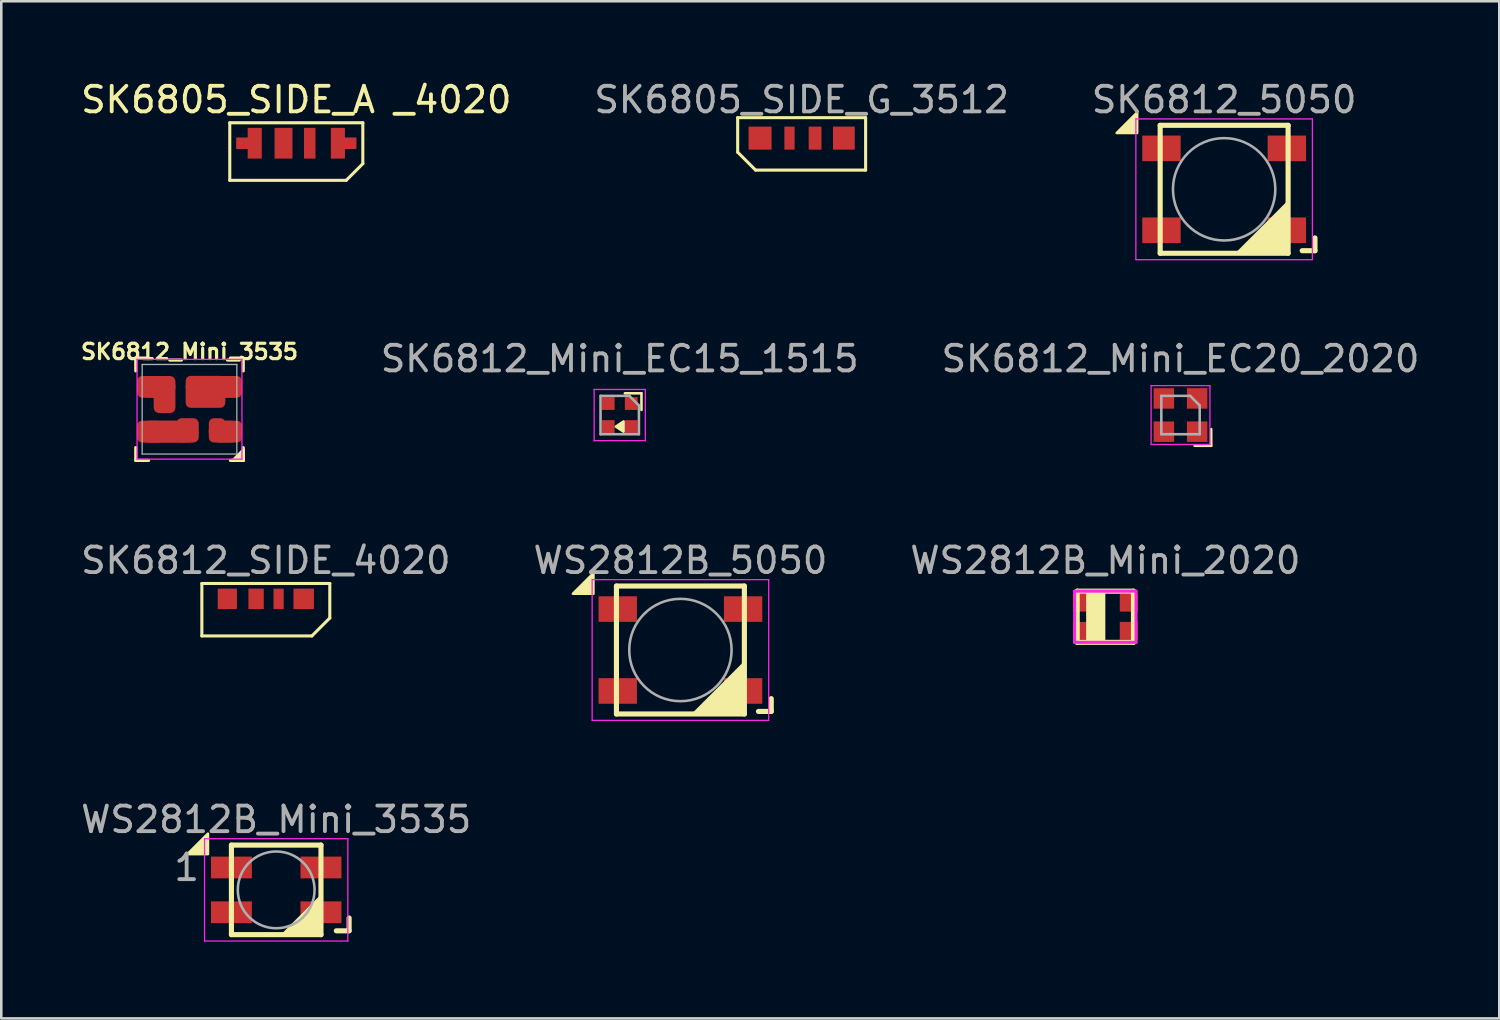
<source format=kicad_pcb>
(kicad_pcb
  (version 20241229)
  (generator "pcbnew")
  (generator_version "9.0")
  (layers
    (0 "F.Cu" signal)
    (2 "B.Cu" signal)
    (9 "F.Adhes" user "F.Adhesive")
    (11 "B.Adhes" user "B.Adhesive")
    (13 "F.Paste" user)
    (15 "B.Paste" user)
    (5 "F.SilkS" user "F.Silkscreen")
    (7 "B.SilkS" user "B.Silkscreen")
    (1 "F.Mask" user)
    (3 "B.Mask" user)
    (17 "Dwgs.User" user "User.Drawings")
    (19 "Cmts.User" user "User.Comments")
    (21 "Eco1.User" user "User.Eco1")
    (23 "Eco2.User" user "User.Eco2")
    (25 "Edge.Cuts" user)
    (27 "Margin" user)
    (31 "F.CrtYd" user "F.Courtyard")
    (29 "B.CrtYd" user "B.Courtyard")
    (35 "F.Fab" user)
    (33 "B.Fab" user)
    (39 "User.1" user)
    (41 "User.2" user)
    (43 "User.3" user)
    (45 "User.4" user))
  (footprint "SK6812_SIDE_4020"
    (layer "F.Cu")
    (at 7.339 20.354)
    (property "Reference" "SK6812_SIDE_4020" (at 0 -1.5 0) (layer "F.Fab") (effects (font (size 1 1) (thickness 0.15))))
    (attr through_hole)
    (fp_line (start -2.5 -0.6) (end -2.5 1.45) (stroke (width 0.12) (type solid)) (layer "F.SilkS"))
    (fp_line (start -2.5 1.45) (end 1.8 1.45) (stroke (width 0.12) (type solid)) (layer "F.SilkS"))
    (fp_line (start 2.5 -0.6) (end -2.5 -0.6) (stroke (width 0.12) (type solid)) (layer "F.SilkS"))
    (fp_line (start 2.5 0.75) (end 1.8 1.45) (stroke (width 0.12) (type solid)) (layer "F.SilkS"))
    (fp_line (start 2.5 0.75) (end 2.5 -0.6) (stroke (width 0.12) (type solid)) (layer "F.SilkS"))
    (pad "1" smd rect (at -1.505 0) (size 0.75 0.8) (layers "F.Cu" "F.Mask" "F.Paste"))
    (pad "2" smd rect (at -0.38 0) (size 0.6 0.8) (layers "F.Cu" "F.Mask" "F.Paste"))
    (pad "3" smd rect (at 0.5 0) (size 0.4 0.8) (layers "F.Cu" "F.Mask" "F.Paste"))
    (pad "4" smd rect (at 1.48 0) (size 0.8 0.8) (layers "F.Cu" "F.Mask" "F.Paste")))
  (footprint "SK6812_Mini_3535"
    (layer "F.Cu")
    (at 4.356 12.944)
    (property "Reference" "SK6812_Mini_3535" (at 0 -2.25 0) (layer "F.SilkS") (effects (font (size 0.6 0.6) (thickness 0.125))))
    (attr smd)
    (fp_line (start -2.1 -2) (end -2.1 -1.5) (stroke (width 0.125) (type solid)) (layer "F.SilkS"))
    (fp_line (start -2.1 -2) (end -1.6 -2) (stroke (width 0.125) (type solid)) (layer "F.SilkS"))
    (fp_line (start -2.1 2) (end -2.1 1.5) (stroke (width 0.125) (type solid)) (layer "F.SilkS"))
    (fp_line (start -2.1 2) (end -1.6 2) (stroke (width 0.125) (type solid)) (layer "F.SilkS"))
    (fp_line (start 1.7 2) (end 2.1 1.6) (stroke (width 0.125) (type solid)) (layer "F.SilkS"))
    (fp_line (start 2.1 -2) (end 1.6 -2) (stroke (width 0.125) (type solid)) (layer "F.SilkS"))
    (fp_line (start 2.1 -2) (end 2.1 -1.5) (stroke (width 0.125) (type solid)) (layer "F.SilkS"))
    (fp_line (start 2.1 1.6) (end 2.1 2) (stroke (width 0.125) (type solid)) (layer "F.SilkS"))
    (fp_line (start 2.1 1.7) (end 1.8 2) (stroke (width 0.125) (type solid)) (layer "F.SilkS"))
    (fp_line (start 2.1 1.8) (end 1.9 2) (stroke (width 0.125) (type solid)) (layer "F.SilkS"))
    (fp_line (start 2.1 2) (end 1.6 2) (stroke (width 0.125) (type solid)) (layer "F.SilkS"))
    (fp_line (start 2.1 2) (end 1.7 2) (stroke (width 0.125) (type solid)) (layer "F.SilkS"))
    (fp_line (start 2.1 2) (end 2.1 1.5) (stroke (width 0.125) (type solid)) (layer "F.SilkS"))
    (fp_line (start -2.05 -1.95) (end 2.05 -1.95) (stroke (width 0.05) (type solid)) (layer "F.CrtYd"))
    (fp_line (start -2.05 1.95) (end -2.05 -1.95) (stroke (width 0.05) (type solid)) (layer "F.CrtYd"))
    (fp_line (start 2.05 -1.95) (end 2.05 1.95) (stroke (width 0.05) (type solid)) (layer "F.CrtYd"))
    (fp_line (start 2.05 1.95) (end -2.05 1.95) (stroke (width 0.05) (type solid)) (layer "F.CrtYd"))
    (fp_line (start -1.85 -1.75) (end 1.85 -1.75) (stroke (width 0.05) (type solid)) (layer "F.Fab"))
    (fp_line (start -1.85 1.75) (end -1.85 -1.75) (stroke (width 0.05) (type solid)) (layer "F.Fab"))
    (fp_line (start 1.85 -1.75) (end 1.85 1.75) (stroke (width 0.05) (type solid)) (layer "F.Fab"))
    (fp_line (start 1.85 1.75) (end -1.85 1.75) (stroke (width 0.05) (type solid)) (layer "F.Fab"))
    (pad "1" smd roundrect (at -1.55 -0.875) (size 1 0.85) (layers "F.Cu" "F.Mask") (roundrect_rratio 0.235))
    (pad "1" smd oval (at -1.3 -0.875) (size 1.5 0.85) (layers "F.Cu" "F.Paste"))
    (pad "1" smd roundrect (at -0.975 -0.575) (size 0.85 1.45) (layers "F.Cu" "F.Mask") (roundrect_rratio 0.25))
    (pad "2" smd roundrect (at -1.55 0.875) (size 1 0.85) (layers "F.Cu" "F.Mask") (roundrect_rratio 0.235))
    (pad "2" smd oval (at -0.95 0.875) (size 2.2 0.85) (layers "F.Cu" "F.Paste"))
    (pad "2" smd rect (at -0.75 0.875) (size 1.6 0.85) (layers "F.Cu" "F.Mask"))
    (pad "2" smd roundrect (at -0.075 0.825) (size 0.875 0.95) (layers "F.Cu" "F.Mask") (roundrect_rratio 0.235))
    (pad "3" smd roundrect (at 1.08 0.825) (size 0.65 0.95) (layers "F.Cu" "F.Mask") (roundrect_rratio 0.307))
    (pad "3" smd oval (at 1.4 0.875) (size 1.3 0.85) (layers "F.Cu" "F.Paste"))
    (pad "3" smd roundrect (at 1.55 0.875) (size 1 0.85) (layers "F.Cu" "F.Mask") (roundrect_rratio 0.235))
    (pad "4" smd roundrect (at 0.625 -0.68) (size 1.55 1.25) (layers "F.Cu" "F.Mask") (roundrect_rratio 0.16))
    (pad "4" smd oval (at 0.95 -0.875) (size 2.2 0.85) (layers "F.Cu" "F.Paste"))
    (pad "4" smd roundrect (at 1.55 -0.875) (size 1 0.85) (layers "F.Cu" "F.Mask") (roundrect_rratio 0.235)))
  (footprint "SK6805_SIDE_G_3512"
    (layer "F.Cu")
    (at 28.28 2.348)
    (property "Reference" "SK6805_SIDE_G_3512" (at 0 -1.5 0) (layer "F.Fab") (effects (font (size 1 1) (thickness 0.15))))
    (attr through_hole)
    (fp_line (start -2.5 -0.8) (end 2.5 -0.8) (stroke (width 0.12) (type solid)) (layer "F.SilkS"))
    (fp_line (start -2.5 0.55) (end -2.5 -0.8) (stroke (width 0.12) (type solid)) (layer "F.SilkS"))
    (fp_line (start -2.5 0.55) (end -1.8 1.25) (stroke (width 0.12) (type solid)) (layer "F.SilkS"))
    (fp_line (start 2.5 -0.8) (end 2.5 1.25) (stroke (width 0.12) (type solid)) (layer "F.SilkS"))
    (fp_line (start 2.5 1.25) (end -1.8 1.25) (stroke (width 0.12) (type solid)) (layer "F.SilkS"))
    (pad "1" smd rect (at -1.625 0) (size 0.9 0.9) (layers "F.Cu" "F.Mask" "F.Paste"))
    (pad "2" smd rect (at -0.475 0) (size 0.4 0.9) (layers "F.Cu" "F.Mask" "F.Paste"))
    (pad "3" smd rect (at 0.525 0) (size 0.5 0.9) (layers "F.Cu" "F.Mask" "F.Paste"))
    (pad "4" smd rect (at 1.65 0) (size 0.85 0.9) (layers "F.Cu" "F.Mask" "F.Paste")))
  (footprint "SK6812_5050"
    (layer "F.Cu")
    (at 44.792 4.348)
    (property "Reference" "SK6812_5050" (at 0 -3.5 180) (layer "F.Fab") (effects (font (size 1 1) (thickness 0.15))))
    (attr smd)
    (fp_line (start -2.5 -2.5) (end -2.5 2.5) (stroke (width 0.2) (type solid)) (layer "F.SilkS"))
    (fp_line (start -2.5 2.5) (end 2.5 2.5) (stroke (width 0.2) (type solid)) (layer "F.SilkS"))
    (fp_line (start 2.5 -2.5) (end -2.5 -2.5) (stroke (width 0.2) (type solid)) (layer "F.SilkS"))
    (fp_line (start 2.5 2.5) (end 2.5 -2.5) (stroke (width 0.2) (type solid)) (layer "F.SilkS"))
    (fp_line (start 3.55 2.4) (end 3.05 2.4) (stroke (width 0.2) (type solid)) (layer "F.SilkS"))
    (fp_line (start 3.55 2.4) (end 3.55 1.9) (stroke (width 0.2) (type solid)) (layer "F.SilkS"))
    (fp_poly (pts (xy -4.2 -2.2) (xy -3.4 -2.2) (xy -3.4 -3)) (stroke (width 0.1) (type solid)) (fill yes) (layer "F.SilkS"))
    (fp_poly (pts (xy 0.5 2.5) (xy 2.5 0.5) (xy 2.5 2.5)) (stroke (width 0.1) (type solid)) (fill yes) (layer "F.SilkS"))
    (fp_line (start -3.45 -2.75) (end -3.45 2.75) (stroke (width 0.05) (type solid)) (layer "F.CrtYd"))
    (fp_line (start -3.45 2.75) (end 3.45 2.75) (stroke (width 0.05) (type solid)) (layer "F.CrtYd"))
    (fp_line (start 3.45 -2.75) (end -3.45 -2.75) (stroke (width 0.05) (type solid)) (layer "F.CrtYd"))
    (fp_line (start 3.45 2.75) (end 3.45 -2.75) (stroke (width 0.05) (type solid)) (layer "F.CrtYd"))
    (fp_circle (center 0 0) (end 0 -2) (stroke (width 0.1) (type solid)) (fill no) (layer "F.Fab"))
    (pad "1" smd rect (at 2.45 1.6) (size 1.5 1) (layers "F.Cu" "F.Mask" "F.Paste"))
    (pad "2" smd rect (at 2.45 -1.6) (size 1.5 1) (layers "F.Cu" "F.Mask" "F.Paste"))
    (pad "3" smd rect (at -2.45 -1.6) (size 1.5 1) (layers "F.Cu" "F.Mask" "F.Paste"))
    (pad "4" smd rect (at -2.45 1.6) (size 1.5 1) (layers "F.Cu" "F.Mask" "F.Paste")))
  (footprint "SK6805_SIDE_A _4020"
    (layer "F.Cu")
    (at 8.53 2.548)
    (property "Reference" "SK6805_SIDE_A _4020" (at 0 -1.7 0) (layer "F.SilkS") (effects (font (size 1 1) (thickness 0.15))))
    (attr through_hole)
    (fp_line (start -2.6 -0.8) (end -2.6 1.45) (stroke (width 0.12) (type solid)) (layer "F.SilkS"))
    (fp_line (start -2.6 -0.8) (end 2.6 -0.8) (stroke (width 0.12) (type solid)) (layer "F.SilkS"))
    (fp_line (start 1.95 1.45) (end -2.6 1.45) (stroke (width 0.12) (type solid)) (layer "F.SilkS"))
    (fp_line (start 2.6 -0.8) (end 2.6 0.8) (stroke (width 0.12) (type solid)) (layer "F.SilkS"))
    (fp_line (start 2.6 0.8) (end 1.95 1.45) (stroke (width 0.12) (type solid)) (layer "F.SilkS"))
    (pad "1" smd rect (at -2.025 0 180) (size 0.65 0.45) (layers "F.Cu" "F.Mask" "F.Paste"))
    (pad "1" smd rect (at -1.625 0) (size 0.55 1.2) (layers "F.Cu" "F.Mask" "F.Paste"))
    (pad "2" smd rect (at -0.5 0 180) (size 0.7 1.2) (layers "F.Cu" "F.Mask" "F.Paste"))
    (pad "3" smd rect (at 0.525 0 180) (size 0.45 1.2) (layers "F.Cu" "F.Mask" "F.Paste"))
    (pad "4" smd rect (at 1.625 0 180) (size 0.55 1.2) (layers "F.Cu" "F.Mask" "F.Paste"))
    (pad "4" smd rect (at 2.025 0) (size 0.65 0.45) (layers "F.Cu" "F.Mask" "F.Paste")))
  (footprint "WS2812B_5050"
    (layer "F.Cu")
    (at 23.542 22.354)
    (property "Reference" "WS2812B_5050" (at 0 -3.5 180) (layer "F.Fab") (effects (font (size 1 1) (thickness 0.15))))
    (attr smd)
    (fp_line (start -2.5 -2.5) (end -2.5 2.5) (stroke (width 0.2) (type solid)) (layer "F.SilkS"))
    (fp_line (start -2.5 2.5) (end 2.5 2.5) (stroke (width 0.2) (type solid)) (layer "F.SilkS"))
    (fp_line (start 2.5 -2.5) (end -2.5 -2.5) (stroke (width 0.2) (type solid)) (layer "F.SilkS"))
    (fp_line (start 2.5 2.5) (end 2.5 -2.5) (stroke (width 0.2) (type solid)) (layer "F.SilkS"))
    (fp_line (start 3.55 2.4) (end 3.05 2.4) (stroke (width 0.2) (type solid)) (layer "F.SilkS"))
    (fp_line (start 3.55 2.4) (end 3.55 1.9) (stroke (width 0.2) (type solid)) (layer "F.SilkS"))
    (fp_poly (pts (xy -4.2 -2.2) (xy -3.4 -2.2) (xy -3.4 -3)) (stroke (width 0.1) (type solid)) (fill yes) (layer "F.SilkS"))
    (fp_poly (pts (xy 0.5 2.5) (xy 2.5 0.5) (xy 2.5 2.5)) (stroke (width 0.1) (type solid)) (fill yes) (layer "F.SilkS"))
    (fp_line (start -3.45 -2.75) (end -3.45 2.75) (stroke (width 0.05) (type solid)) (layer "F.CrtYd"))
    (fp_line (start -3.45 2.75) (end 3.45 2.75) (stroke (width 0.05) (type solid)) (layer "F.CrtYd"))
    (fp_line (start 3.45 -2.75) (end -3.45 -2.75) (stroke (width 0.05) (type solid)) (layer "F.CrtYd"))
    (fp_line (start 3.45 2.75) (end 3.45 -2.75) (stroke (width 0.05) (type solid)) (layer "F.CrtYd"))
    (fp_circle (center 0 0) (end 0 -2) (stroke (width 0.1) (type solid)) (fill no) (layer "F.Fab"))
    (pad "1" smd rect (at -2.45 -1.6) (size 1.5 1) (layers "F.Cu" "F.Mask" "F.Paste"))
    (pad "2" smd rect (at -2.45 1.6) (size 1.5 1) (layers "F.Cu" "F.Mask" "F.Paste"))
    (pad "3" smd rect (at 2.45 1.6) (size 1.5 1) (layers "F.Cu" "F.Mask" "F.Paste"))
    (pad "4" smd rect (at 2.45 -1.6) (size 1.5 1) (layers "F.Cu" "F.Mask" "F.Paste")))
  (footprint "WS2812B_Mini_3535"
    (layer "F.Cu")
    (at 7.744 31.728)
    (property "Reference" "WS2812B_Mini_3535" (at 0 -2.75 0) (layer "F.Fab") (effects (font (size 1 1) (thickness 0.15))))
    (attr smd)
    (fp_line (start -1.75 -1.75) (end -1.75 1.75) (stroke (width 0.2) (type solid)) (layer "F.SilkS"))
    (fp_line (start -1.75 1.75) (end 1.75 1.75) (stroke (width 0.2) (type solid)) (layer "F.SilkS"))
    (fp_line (start 1.75 -1.75) (end -1.75 -1.75) (stroke (width 0.2) (type solid)) (layer "F.SilkS"))
    (fp_line (start 1.75 1.75) (end 1.75 -1.75) (stroke (width 0.2) (type solid)) (layer "F.SilkS"))
    (fp_line (start 2.85 1.6) (end 2.35 1.6) (stroke (width 0.2) (type solid)) (layer "F.SilkS"))
    (fp_line (start 2.85 1.6) (end 2.85 1.1) (stroke (width 0.2) (type solid)) (layer "F.SilkS"))
    (fp_poly (pts (xy -3.467 -1.397) (xy -2.667 -1.397) (xy -2.667 -2.197)) (stroke (width 0.1) (type solid)) (fill yes) (layer "F.SilkS"))
    (fp_poly (pts (xy 0.25 1.75) (xy 1.75 0.25) (xy 1.75 1.75)) (stroke (width 0.1) (type solid)) (fill yes) (layer "F.SilkS"))
    (fp_line (start -2.8 -2) (end -2.8 2) (stroke (width 0.05) (type solid)) (layer "F.CrtYd"))
    (fp_line (start -2.8 2) (end 2.8 2) (stroke (width 0.05) (type solid)) (layer "F.CrtYd"))
    (fp_line (start 2.8 -2) (end -2.8 -2) (stroke (width 0.05) (type solid)) (layer "F.CrtYd"))
    (fp_line (start 2.8 2) (end 2.8 -2) (stroke (width 0.05) (type solid)) (layer "F.CrtYd"))
    (fp_circle (center 0 0) (end 0 -1.5) (stroke (width 0.1) (type solid)) (fill no) (layer "F.Fab"))
    (fp_text user "1" (at -3.5 -0.875 0) (layer "F.Fab") (effects (font (size 1 1) (thickness 0.15))))
    (pad "1" smd rect (at -1.75 -0.875) (size 1.6 0.85) (layers "F.Cu" "F.Mask" "F.Paste"))
    (pad "2" smd rect (at -1.75 0.875) (size 1.6 0.85) (layers "F.Cu" "F.Mask" "F.Paste"))
    (pad "3" smd rect (at 1.75 0.875) (size 1.6 0.85) (layers "F.Cu" "F.Mask" "F.Paste"))
    (pad "4" smd rect (at 1.75 -0.875) (size 1.6 0.85) (layers "F.Cu" "F.Mask" "F.Paste")))
  (footprint "WS2812B_Mini_2020"
    (layer "F.Cu")
    (at 40.149 21.054)
    (property "Reference" "WS2812B_Mini_2020" (at 0 -2.2 0) (layer "F.Fab") (effects (font (size 1 1) (thickness 0.15))))
    (attr smd)
    (fp_line (start -1.1 -1) (end -1.1 1) (stroke (width 0.2) (type solid)) (layer "F.SilkS"))
    (fp_line (start -1.1 -1) (end 1.1 -1) (stroke (width 0.2) (type solid)) (layer "F.SilkS"))
    (fp_line (start 1.1 -1) (end 1.1 1) (stroke (width 0.2) (type solid)) (layer "F.SilkS"))
    (fp_line (start 1.1 1) (end -1.1 1) (stroke (width 0.2) (type solid)) (layer "F.SilkS"))
    (fp_poly (pts (xy 0 -1) (xy 0 1) (xy -0.75 1) (xy -0.75 -1)) (stroke (width 0) (type solid)) (fill yes) (layer "F.SilkS"))
    (fp_line (start -1.2 -1) (end -1.2 1) (stroke (width 0.12) (type solid)) (layer "F.CrtYd"))
    (fp_line (start -1.2 -1) (end 1.2 -1) (stroke (width 0.12) (type solid)) (layer "F.CrtYd"))
    (fp_line (start -1.2 1) (end 1.2 1) (stroke (width 0.12) (type solid)) (layer "F.CrtYd"))
    (fp_line (start 1.2 1) (end 1.2 -1) (stroke (width 0.12) (type solid)) (layer "F.CrtYd"))
    (pad "1" smd rect (at -0.915 -0.55) (size 0.7 0.7) (layers "F.Cu" "F.Mask" "F.Paste"))
    (pad "2" smd rect (at -0.915 0.55) (size 0.7 0.7) (layers "F.Cu" "F.Mask" "F.Paste"))
    (pad "3" smd rect (at 0.915 0.55) (size 0.7 0.7) (layers "F.Cu" "F.Mask" "F.Paste"))
    (pad "4" smd rect (at 0.915 -0.55) (size 0.7 0.7) (layers "F.Cu" "F.Mask" "F.Paste")))
  (footprint "SK6812_Mini_EC20_2020"
    (layer "F.Cu")
    (at 43.087 13.171)
    (property "Reference" "SK6812_Mini_EC20_2020" (at 0 -2.2 0) (layer "F.Fab") (effects (font (size 1 1) (thickness 0.15))))
    (attr smd)
    (fp_line (start 0.55 1.2) (end 1.2 1.2) (stroke (width 0.1) (type solid)) (layer "F.SilkS"))
    (fp_line (start 1.2 1.2) (end 1.2 0.55) (stroke (width 0.1) (type solid)) (layer "F.SilkS"))
    (fp_line (start -1.15 -1.15) (end 1.15 -1.15) (stroke (width 0.05) (type solid)) (layer "F.CrtYd"))
    (fp_line (start -1.15 1.15) (end -1.15 -1.15) (stroke (width 0.05) (type solid)) (layer "F.CrtYd"))
    (fp_line (start 1.15 -1.15) (end 1.15 1.15) (stroke (width 0.05) (type solid)) (layer "F.CrtYd"))
    (fp_line (start 1.15 1.15) (end -1.15 1.15) (stroke (width 0.05) (type solid)) (layer "F.CrtYd"))
    (fp_line (start -0.75 -0.75) (end 0.375 -0.75) (stroke (width 0.1) (type solid)) (layer "F.Fab"))
    (fp_line (start -0.75 0.75) (end -0.75 -0.75) (stroke (width 0.1) (type solid)) (layer "F.Fab"))
    (fp_line (start 0.375 -0.75) (end 0.75 -0.375) (stroke (width 0.1) (type solid)) (layer "F.Fab"))
    (fp_line (start 0.75 -0.375) (end 0.75 0.75) (stroke (width 0.1) (type solid)) (layer "F.Fab"))
    (fp_line (start 0.75 0.75) (end -0.75 0.75) (stroke (width 0.1) (type solid)) (layer "F.Fab"))
    (pad "1" smd rect (at -0.65 -0.65) (size 0.8 0.8) (layers "F.Cu" "F.Mask" "F.Paste"))
    (pad "2" smd rect (at -0.65 0.65) (size 0.8 0.8) (layers "F.Cu" "F.Mask" "F.Paste"))
    (pad "3" smd rect (at 0.65 0.65) (size 0.8 0.8) (layers "F.Cu" "F.Mask" "F.Paste"))
    (pad "4" smd rect (at 0.65 -0.65) (size 0.8 0.8) (layers "F.Cu" "F.Mask" "F.Paste")))
  (footprint "SK6812_Mini_EC15_1515"
    (layer "F.Cu")
    (at 21.17 13.171)
    (property "Reference" "SK6812_Mini_EC15_1515" (at 0 -2.2 0) (layer "F.Fab") (effects (font (size 1 1) (thickness 0.15))))
    (attr smd)
    (fp_line (start 0.85 -0.85) (end 0.2 -0.85) (stroke (width 0.1) (type solid)) (layer "F.SilkS"))
    (fp_line (start 0.85 -0.2) (end 0.85 -0.85) (stroke (width 0.1) (type solid)) (layer "F.SilkS"))
    (fp_poly (pts (xy 0.15 0.25) (xy -0.15 0.45) (xy 0.15 0.65)) (stroke (width 0.1) (type solid)) (fill yes) (layer "F.SilkS"))
    (fp_line (start -1 -1) (end 1 -1) (stroke (width 0.05) (type solid)) (layer "F.CrtYd"))
    (fp_line (start -1 1) (end -1 -1) (stroke (width 0.05) (type solid)) (layer "F.CrtYd"))
    (fp_line (start 1 -1) (end 1 1) (stroke (width 0.05) (type solid)) (layer "F.CrtYd"))
    (fp_line (start 1 1) (end -1 1) (stroke (width 0.05) (type solid)) (layer "F.CrtYd"))
    (fp_line (start -0.75 -0.75) (end 0.375 -0.75) (stroke (width 0.1) (type solid)) (layer "F.Fab"))
    (fp_line (start -0.75 0.75) (end -0.75 -0.75) (stroke (width 0.1) (type solid)) (layer "F.Fab"))
    (fp_line (start 0.375 -0.75) (end 0.75 -0.375) (stroke (width 0.1) (type solid)) (layer "F.Fab"))
    (fp_line (start 0.75 -0.375) (end 0.75 0.75) (stroke (width 0.1) (type solid)) (layer "F.Fab"))
    (fp_line (start 0.75 0.75) (end -0.75 0.75) (stroke (width 0.1) (type solid)) (layer "F.Fab"))
    (pad "1" smd rect (at -0.45 -0.45) (size 0.5 0.5) (layers "F.Cu" "F.Mask" "F.Paste"))
    (pad "2" smd rect (at -0.45 0.45) (size 0.5 0.5) (layers "F.Cu" "F.Mask" "F.Paste"))
    (pad "3" smd rect (at 0.45 0.45) (size 0.5 0.5) (layers "F.Cu" "F.Mask" "F.Paste"))
    (pad "4" smd rect (at 0.45 -0.45) (size 0.5 0.5) (layers "F.Cu" "F.Mask" "F.Paste")))
  (gr_rect
    (start -3 -3)
    (end 55.545 36.753)
    (stroke (width 0.1) (type default))
    (fill no)
    (layer "Edge.Cuts")))
</source>
